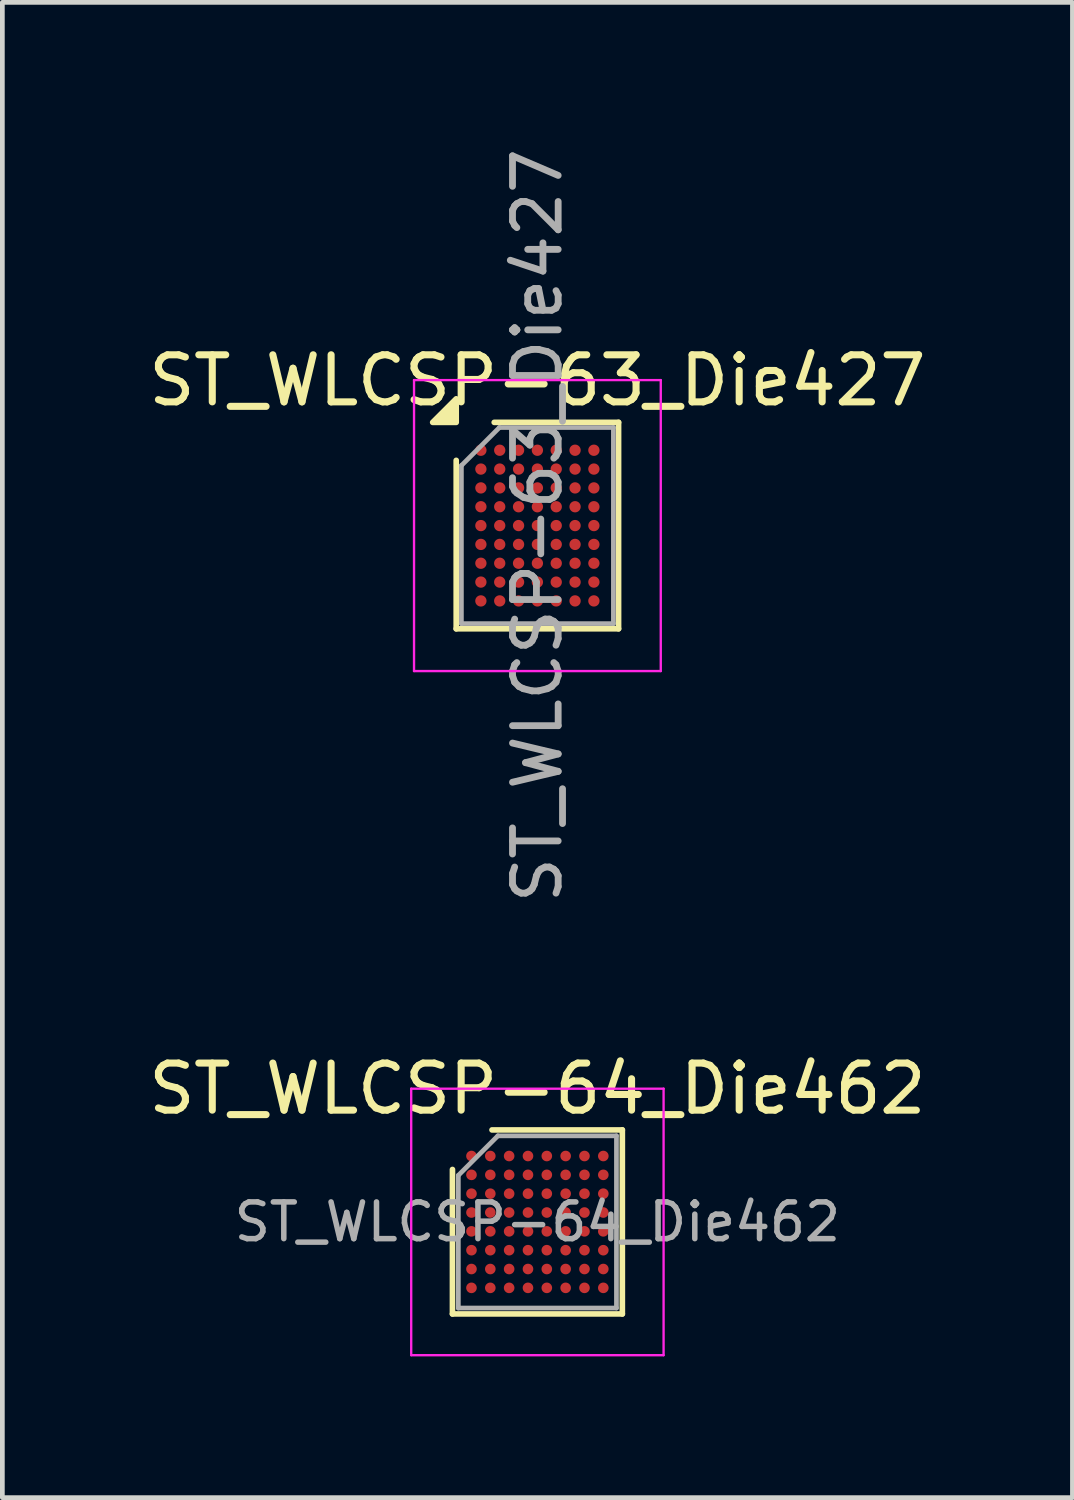
<source format=kicad_pcb>
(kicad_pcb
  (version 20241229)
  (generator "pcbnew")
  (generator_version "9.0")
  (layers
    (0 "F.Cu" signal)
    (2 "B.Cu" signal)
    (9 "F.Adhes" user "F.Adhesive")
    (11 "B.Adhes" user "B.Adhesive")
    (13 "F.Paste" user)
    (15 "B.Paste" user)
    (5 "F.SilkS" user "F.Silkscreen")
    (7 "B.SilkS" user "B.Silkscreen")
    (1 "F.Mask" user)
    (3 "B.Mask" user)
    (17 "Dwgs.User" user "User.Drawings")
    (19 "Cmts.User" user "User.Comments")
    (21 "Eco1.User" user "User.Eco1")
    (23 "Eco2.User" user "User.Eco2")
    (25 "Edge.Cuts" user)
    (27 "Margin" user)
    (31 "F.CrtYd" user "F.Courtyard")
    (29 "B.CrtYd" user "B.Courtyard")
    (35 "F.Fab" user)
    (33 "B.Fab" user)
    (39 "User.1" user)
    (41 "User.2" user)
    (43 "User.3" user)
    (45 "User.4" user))
  (footprint "ST_WLCSP-64_Die462"
    (layer "F.Cu")
    (at 8.363 22.901)
    (property "Reference" "ST_WLCSP-64_Die462" (at 0 -2.829 0) (layer "F.SilkS") (effects (font (size 1 1) (thickness 0.15))))
    (attr smd)
    (fp_line (start -1.804 1.954) (end -1.804 -1.114) (stroke (width 0.12) (type solid)) (layer "F.SilkS"))
    (fp_line (start -0.964 -1.954) (end 1.804 -1.954) (stroke (width 0.12) (type solid)) (layer "F.SilkS"))
    (fp_line (start 1.804 -1.954) (end 1.804 1.954) (stroke (width 0.12) (type solid)) (layer "F.SilkS"))
    (fp_line (start 1.804 1.954) (end -1.804 1.954) (stroke (width 0.12) (type solid)) (layer "F.SilkS"))
    (fp_line (start -2.68 -2.83) (end -2.68 2.83) (stroke (width 0.05) (type solid)) (layer "F.CrtYd"))
    (fp_line (start -2.68 2.83) (end 2.68 2.83) (stroke (width 0.05) (type solid)) (layer "F.CrtYd"))
    (fp_line (start 2.68 -2.83) (end -2.68 -2.83) (stroke (width 0.05) (type solid)) (layer "F.CrtYd"))
    (fp_line (start 2.68 2.83) (end 2.68 -2.83) (stroke (width 0.05) (type solid)) (layer "F.CrtYd"))
    (fp_line (start -1.679 -0.989) (end -0.839 -1.829) (stroke (width 0.1) (type solid)) (layer "F.Fab"))
    (fp_line (start -1.679 1.829) (end -1.679 -0.989) (stroke (width 0.1) (type solid)) (layer "F.Fab"))
    (fp_line (start -0.839 -1.829) (end 1.679 -1.829) (stroke (width 0.1) (type solid)) (layer "F.Fab"))
    (fp_line (start 1.679 -1.829) (end 1.679 1.829) (stroke (width 0.1) (type solid)) (layer "F.Fab"))
    (fp_line (start 1.679 1.829) (end -1.679 1.829) (stroke (width 0.1) (type solid)) (layer "F.Fab"))
    (fp_text user "${REFERENCE}" (at 0 0 0) (layer "F.Fab") (effects (font (size 0.78 0.78) (thickness 0.117))))
    (pad "A1" smd circle (at -1.4 -1.4) (size 0.225 0.225) (layers "F.Cu" "F.Mask" "F.Paste"))
    (pad "A2" smd circle (at -1 -1.4) (size 0.225 0.225) (layers "F.Cu" "F.Mask" "F.Paste"))
    (pad "A3" smd circle (at -0.6 -1.4) (size 0.225 0.225) (layers "F.Cu" "F.Mask" "F.Paste"))
    (pad "A4" smd circle (at -0.2 -1.4) (size 0.225 0.225) (layers "F.Cu" "F.Mask" "F.Paste"))
    (pad "A5" smd circle (at 0.2 -1.4) (size 0.225 0.225) (layers "F.Cu" "F.Mask" "F.Paste"))
    (pad "A6" smd circle (at 0.6 -1.4) (size 0.225 0.225) (layers "F.Cu" "F.Mask" "F.Paste"))
    (pad "A7" smd circle (at 1 -1.4) (size 0.225 0.225) (layers "F.Cu" "F.Mask" "F.Paste"))
    (pad "A8" smd circle (at 1.4 -1.4) (size 0.225 0.225) (layers "F.Cu" "F.Mask" "F.Paste"))
    (pad "B1" smd circle (at -1.4 -1) (size 0.225 0.225) (layers "F.Cu" "F.Mask" "F.Paste"))
    (pad "B2" smd circle (at -1 -1) (size 0.225 0.225) (layers "F.Cu" "F.Mask" "F.Paste"))
    (pad "B3" smd circle (at -0.6 -1) (size 0.225 0.225) (layers "F.Cu" "F.Mask" "F.Paste"))
    (pad "B4" smd circle (at -0.2 -1) (size 0.225 0.225) (layers "F.Cu" "F.Mask" "F.Paste"))
    (pad "B5" smd circle (at 0.2 -1) (size 0.225 0.225) (layers "F.Cu" "F.Mask" "F.Paste"))
    (pad "B6" smd circle (at 0.6 -1) (size 0.225 0.225) (layers "F.Cu" "F.Mask" "F.Paste"))
    (pad "B7" smd circle (at 1 -1) (size 0.225 0.225) (layers "F.Cu" "F.Mask" "F.Paste"))
    (pad "B8" smd circle (at 1.4 -1) (size 0.225 0.225) (layers "F.Cu" "F.Mask" "F.Paste"))
    (pad "C1" smd circle (at -1.4 -0.6) (size 0.225 0.225) (layers "F.Cu" "F.Mask" "F.Paste"))
    (pad "C2" smd circle (at -1 -0.6) (size 0.225 0.225) (layers "F.Cu" "F.Mask" "F.Paste"))
    (pad "C3" smd circle (at -0.6 -0.6) (size 0.225 0.225) (layers "F.Cu" "F.Mask" "F.Paste"))
    (pad "C4" smd circle (at -0.2 -0.6) (size 0.225 0.225) (layers "F.Cu" "F.Mask" "F.Paste"))
    (pad "C5" smd circle (at 0.2 -0.6) (size 0.225 0.225) (layers "F.Cu" "F.Mask" "F.Paste"))
    (pad "C6" smd circle (at 0.6 -0.6) (size 0.225 0.225) (layers "F.Cu" "F.Mask" "F.Paste"))
    (pad "C7" smd circle (at 1 -0.6) (size 0.225 0.225) (layers "F.Cu" "F.Mask" "F.Paste"))
    (pad "C8" smd circle (at 1.4 -0.6) (size 0.225 0.225) (layers "F.Cu" "F.Mask" "F.Paste"))
    (pad "D1" smd circle (at -1.4 -0.2) (size 0.225 0.225) (layers "F.Cu" "F.Mask" "F.Paste"))
    (pad "D2" smd circle (at -1 -0.2) (size 0.225 0.225) (layers "F.Cu" "F.Mask" "F.Paste"))
    (pad "D3" smd circle (at -0.6 -0.2) (size 0.225 0.225) (layers "F.Cu" "F.Mask" "F.Paste"))
    (pad "D4" smd circle (at -0.2 -0.2) (size 0.225 0.225) (layers "F.Cu" "F.Mask" "F.Paste"))
    (pad "D5" smd circle (at 0.2 -0.2) (size 0.225 0.225) (layers "F.Cu" "F.Mask" "F.Paste"))
    (pad "D6" smd circle (at 0.6 -0.2) (size 0.225 0.225) (layers "F.Cu" "F.Mask" "F.Paste"))
    (pad "D7" smd circle (at 1 -0.2) (size 0.225 0.225) (layers "F.Cu" "F.Mask" "F.Paste"))
    (pad "D8" smd circle (at 1.4 -0.2) (size 0.225 0.225) (layers "F.Cu" "F.Mask" "F.Paste"))
    (pad "E1" smd circle (at -1.4 0.2) (size 0.225 0.225) (layers "F.Cu" "F.Mask" "F.Paste"))
    (pad "E2" smd circle (at -1 0.2) (size 0.225 0.225) (layers "F.Cu" "F.Mask" "F.Paste"))
    (pad "E3" smd circle (at -0.6 0.2) (size 0.225 0.225) (layers "F.Cu" "F.Mask" "F.Paste"))
    (pad "E4" smd circle (at -0.2 0.2) (size 0.225 0.225) (layers "F.Cu" "F.Mask" "F.Paste"))
    (pad "E5" smd circle (at 0.2 0.2) (size 0.225 0.225) (layers "F.Cu" "F.Mask" "F.Paste"))
    (pad "E6" smd circle (at 0.6 0.2) (size 0.225 0.225) (layers "F.Cu" "F.Mask" "F.Paste"))
    (pad "E7" smd circle (at 1 0.2) (size 0.225 0.225) (layers "F.Cu" "F.Mask" "F.Paste"))
    (pad "E8" smd circle (at 1.4 0.2) (size 0.225 0.225) (layers "F.Cu" "F.Mask" "F.Paste"))
    (pad "F1" smd circle (at -1.4 0.6) (size 0.225 0.225) (layers "F.Cu" "F.Mask" "F.Paste"))
    (pad "F2" smd circle (at -1 0.6) (size 0.225 0.225) (layers "F.Cu" "F.Mask" "F.Paste"))
    (pad "F3" smd circle (at -0.6 0.6) (size 0.225 0.225) (layers "F.Cu" "F.Mask" "F.Paste"))
    (pad "F4" smd circle (at -0.2 0.6) (size 0.225 0.225) (layers "F.Cu" "F.Mask" "F.Paste"))
    (pad "F5" smd circle (at 0.2 0.6) (size 0.225 0.225) (layers "F.Cu" "F.Mask" "F.Paste"))
    (pad "F6" smd circle (at 0.6 0.6) (size 0.225 0.225) (layers "F.Cu" "F.Mask" "F.Paste"))
    (pad "F7" smd circle (at 1 0.6) (size 0.225 0.225) (layers "F.Cu" "F.Mask" "F.Paste"))
    (pad "F8" smd circle (at 1.4 0.6) (size 0.225 0.225) (layers "F.Cu" "F.Mask" "F.Paste"))
    (pad "G1" smd circle (at -1.4 1) (size 0.225 0.225) (layers "F.Cu" "F.Mask" "F.Paste"))
    (pad "G2" smd circle (at -1 1) (size 0.225 0.225) (layers "F.Cu" "F.Mask" "F.Paste"))
    (pad "G3" smd circle (at -0.6 1) (size 0.225 0.225) (layers "F.Cu" "F.Mask" "F.Paste"))
    (pad "G4" smd circle (at -0.2 1) (size 0.225 0.225) (layers "F.Cu" "F.Mask" "F.Paste"))
    (pad "G5" smd circle (at 0.2 1) (size 0.225 0.225) (layers "F.Cu" "F.Mask" "F.Paste"))
    (pad "G6" smd circle (at 0.6 1) (size 0.225 0.225) (layers "F.Cu" "F.Mask" "F.Paste"))
    (pad "G7" smd circle (at 1 1) (size 0.225 0.225) (layers "F.Cu" "F.Mask" "F.Paste"))
    (pad "G8" smd circle (at 1.4 1) (size 0.225 0.225) (layers "F.Cu" "F.Mask" "F.Paste"))
    (pad "H1" smd circle (at -1.4 1.4) (size 0.225 0.225) (layers "F.Cu" "F.Mask" "F.Paste"))
    (pad "H2" smd circle (at -1 1.4) (size 0.225 0.225) (layers "F.Cu" "F.Mask" "F.Paste"))
    (pad "H3" smd circle (at -0.6 1.4) (size 0.225 0.225) (layers "F.Cu" "F.Mask" "F.Paste"))
    (pad "H4" smd circle (at -0.2 1.4) (size 0.225 0.225) (layers "F.Cu" "F.Mask" "F.Paste"))
    (pad "H5" smd circle (at 0.2 1.4) (size 0.225 0.225) (layers "F.Cu" "F.Mask" "F.Paste"))
    (pad "H6" smd circle (at 0.6 1.4) (size 0.225 0.225) (layers "F.Cu" "F.Mask" "F.Paste"))
    (pad "H7" smd circle (at 1 1.4) (size 0.225 0.225) (layers "F.Cu" "F.Mask" "F.Paste"))
    (pad "H8" smd circle (at 1.4 1.4) (size 0.225 0.225) (layers "F.Cu" "F.Mask" "F.Paste")))
  (footprint "ST_WLCSP-63_Die427"
    (layer "F.Cu")
    (at 8.363 8.112)
    (property "Reference" "ST_WLCSP-63_Die427" (at 0 -3.082 0) (layer "F.SilkS") (effects (font (size 1 1) (thickness 0.15))))
    (attr smd)
    (fp_line (start -1.724 2.192) (end -1.724 -1.385) (stroke (width 0.12) (type solid)) (layer "F.SilkS"))
    (fp_line (start -0.917 -2.192) (end 1.724 -2.192) (stroke (width 0.12) (type solid)) (layer "F.SilkS"))
    (fp_line (start 1.724 -2.192) (end 1.724 2.192) (stroke (width 0.12) (type solid)) (layer "F.SilkS"))
    (fp_line (start 1.724 2.192) (end -1.724 2.192) (stroke (width 0.12) (type solid)) (layer "F.SilkS"))
    (fp_poly (pts (xy -1.724 -2.192) (xy -2.224 -2.192) (xy -1.724 -2.692) (xy -1.724 -2.192)) (stroke (width 0.12) (type solid)) (fill yes) (layer "F.SilkS"))
    (fp_line (start -2.62 -3.09) (end -2.62 3.09) (stroke (width 0.05) (type solid)) (layer "F.CrtYd"))
    (fp_line (start -2.62 3.09) (end 2.62 3.09) (stroke (width 0.05) (type solid)) (layer "F.CrtYd"))
    (fp_line (start 2.62 -3.09) (end -2.62 -3.09) (stroke (width 0.05) (type solid)) (layer "F.CrtYd"))
    (fp_line (start 2.62 3.09) (end 2.62 -3.09) (stroke (width 0.05) (type solid)) (layer "F.CrtYd"))
    (fp_line (start -1.614 -1.275) (end -0.807 -2.082) (stroke (width 0.1) (type solid)) (layer "F.Fab"))
    (fp_line (start -1.614 2.082) (end -1.614 -1.275) (stroke (width 0.1) (type solid)) (layer "F.Fab"))
    (fp_line (start -0.807 -2.082) (end 1.614 -2.082) (stroke (width 0.1) (type solid)) (layer "F.Fab"))
    (fp_line (start 1.614 -2.082) (end 1.614 2.082) (stroke (width 0.1) (type solid)) (layer "F.Fab"))
    (fp_line (start 1.614 2.082) (end -1.614 2.082) (stroke (width 0.1) (type solid)) (layer "F.Fab"))
    (fp_text user "${REFERENCE}" (at 0 0 270) (layer "F.Fab") (effects (font (size 0.97 0.97) (thickness 0.145))))
    (pad "A1" smd circle (at -1.2 -1.6) (size 0.24 0.24) (property pad_prop_bga) (layers "F.Cu" "F.Mask" "F.Paste"))
    (pad "A2" smd circle (at -0.8 -1.6) (size 0.24 0.24) (property pad_prop_bga) (layers "F.Cu" "F.Mask" "F.Paste"))
    (pad "A3" smd circle (at -0.4 -1.6) (size 0.24 0.24) (property pad_prop_bga) (layers "F.Cu" "F.Mask" "F.Paste"))
    (pad "A4" smd circle (at 0 -1.6) (size 0.24 0.24) (property pad_prop_bga) (layers "F.Cu" "F.Mask" "F.Paste"))
    (pad "A5" smd circle (at 0.4 -1.6) (size 0.24 0.24) (property pad_prop_bga) (layers "F.Cu" "F.Mask" "F.Paste"))
    (pad "A6" smd circle (at 0.8 -1.6) (size 0.24 0.24) (property pad_prop_bga) (layers "F.Cu" "F.Mask" "F.Paste"))
    (pad "A7" smd circle (at 1.2 -1.6) (size 0.24 0.24) (property pad_prop_bga) (layers "F.Cu" "F.Mask" "F.Paste"))
    (pad "B1" smd circle (at -1.2 -1.2) (size 0.24 0.24) (property pad_prop_bga) (layers "F.Cu" "F.Mask" "F.Paste"))
    (pad "B2" smd circle (at -0.8 -1.2) (size 0.24 0.24) (property pad_prop_bga) (layers "F.Cu" "F.Mask" "F.Paste"))
    (pad "B3" smd circle (at -0.4 -1.2) (size 0.24 0.24) (property pad_prop_bga) (layers "F.Cu" "F.Mask" "F.Paste"))
    (pad "B4" smd circle (at 0 -1.2) (size 0.24 0.24) (property pad_prop_bga) (layers "F.Cu" "F.Mask" "F.Paste"))
    (pad "B5" smd circle (at 0.4 -1.2) (size 0.24 0.24) (property pad_prop_bga) (layers "F.Cu" "F.Mask" "F.Paste"))
    (pad "B6" smd circle (at 0.8 -1.2) (size 0.24 0.24) (property pad_prop_bga) (layers "F.Cu" "F.Mask" "F.Paste"))
    (pad "B7" smd circle (at 1.2 -1.2) (size 0.24 0.24) (property pad_prop_bga) (layers "F.Cu" "F.Mask" "F.Paste"))
    (pad "C1" smd circle (at -1.2 -0.8) (size 0.24 0.24) (property pad_prop_bga) (layers "F.Cu" "F.Mask" "F.Paste"))
    (pad "C2" smd circle (at -0.8 -0.8) (size 0.24 0.24) (property pad_prop_bga) (layers "F.Cu" "F.Mask" "F.Paste"))
    (pad "C3" smd circle (at -0.4 -0.8) (size 0.24 0.24) (property pad_prop_bga) (layers "F.Cu" "F.Mask" "F.Paste"))
    (pad "C4" smd circle (at 0 -0.8) (size 0.24 0.24) (property pad_prop_bga) (layers "F.Cu" "F.Mask" "F.Paste"))
    (pad "C5" smd circle (at 0.4 -0.8) (size 0.24 0.24) (property pad_prop_bga) (layers "F.Cu" "F.Mask" "F.Paste"))
    (pad "C6" smd circle (at 0.8 -0.8) (size 0.24 0.24) (property pad_prop_bga) (layers "F.Cu" "F.Mask" "F.Paste"))
    (pad "C7" smd circle (at 1.2 -0.8) (size 0.24 0.24) (property pad_prop_bga) (layers "F.Cu" "F.Mask" "F.Paste"))
    (pad "D1" smd circle (at -1.2 -0.4) (size 0.24 0.24) (property pad_prop_bga) (layers "F.Cu" "F.Mask" "F.Paste"))
    (pad "D2" smd circle (at -0.8 -0.4) (size 0.24 0.24) (property pad_prop_bga) (layers "F.Cu" "F.Mask" "F.Paste"))
    (pad "D3" smd circle (at -0.4 -0.4) (size 0.24 0.24) (property pad_prop_bga) (layers "F.Cu" "F.Mask" "F.Paste"))
    (pad "D4" smd circle (at 0 -0.4) (size 0.24 0.24) (property pad_prop_bga) (layers "F.Cu" "F.Mask" "F.Paste"))
    (pad "D5" smd circle (at 0.4 -0.4) (size 0.24 0.24) (property pad_prop_bga) (layers "F.Cu" "F.Mask" "F.Paste"))
    (pad "D6" smd circle (at 0.8 -0.4) (size 0.24 0.24) (property pad_prop_bga) (layers "F.Cu" "F.Mask" "F.Paste"))
    (pad "D7" smd circle (at 1.2 -0.4) (size 0.24 0.24) (property pad_prop_bga) (layers "F.Cu" "F.Mask" "F.Paste"))
    (pad "E1" smd circle (at -1.2 0) (size 0.24 0.24) (property pad_prop_bga) (layers "F.Cu" "F.Mask" "F.Paste"))
    (pad "E2" smd circle (at -0.8 0) (size 0.24 0.24) (property pad_prop_bga) (layers "F.Cu" "F.Mask" "F.Paste"))
    (pad "E3" smd circle (at -0.4 0) (size 0.24 0.24) (property pad_prop_bga) (layers "F.Cu" "F.Mask" "F.Paste"))
    (pad "E4" smd circle (at 0 0) (size 0.24 0.24) (property pad_prop_bga) (layers "F.Cu" "F.Mask" "F.Paste"))
    (pad "E5" smd circle (at 0.4 0) (size 0.24 0.24) (property pad_prop_bga) (layers "F.Cu" "F.Mask" "F.Paste"))
    (pad "E6" smd circle (at 0.8 0) (size 0.24 0.24) (property pad_prop_bga) (layers "F.Cu" "F.Mask" "F.Paste"))
    (pad "E7" smd circle (at 1.2 0) (size 0.24 0.24) (property pad_prop_bga) (layers "F.Cu" "F.Mask" "F.Paste"))
    (pad "F1" smd circle (at -1.2 0.4) (size 0.24 0.24) (property pad_prop_bga) (layers "F.Cu" "F.Mask" "F.Paste"))
    (pad "F2" smd circle (at -0.8 0.4) (size 0.24 0.24) (property pad_prop_bga) (layers "F.Cu" "F.Mask" "F.Paste"))
    (pad "F3" smd circle (at -0.4 0.4) (size 0.24 0.24) (property pad_prop_bga) (layers "F.Cu" "F.Mask" "F.Paste"))
    (pad "F4" smd circle (at 0 0.4) (size 0.24 0.24) (property pad_prop_bga) (layers "F.Cu" "F.Mask" "F.Paste"))
    (pad "F5" smd circle (at 0.4 0.4) (size 0.24 0.24) (property pad_prop_bga) (layers "F.Cu" "F.Mask" "F.Paste"))
    (pad "F6" smd circle (at 0.8 0.4) (size 0.24 0.24) (property pad_prop_bga) (layers "F.Cu" "F.Mask" "F.Paste"))
    (pad "F7" smd circle (at 1.2 0.4) (size 0.24 0.24) (property pad_prop_bga) (layers "F.Cu" "F.Mask" "F.Paste"))
    (pad "G1" smd circle (at -1.2 0.8) (size 0.24 0.24) (property pad_prop_bga) (layers "F.Cu" "F.Mask" "F.Paste"))
    (pad "G2" smd circle (at -0.8 0.8) (size 0.24 0.24) (property pad_prop_bga) (layers "F.Cu" "F.Mask" "F.Paste"))
    (pad "G3" smd circle (at -0.4 0.8) (size 0.24 0.24) (property pad_prop_bga) (layers "F.Cu" "F.Mask" "F.Paste"))
    (pad "G4" smd circle (at 0 0.8) (size 0.24 0.24) (property pad_prop_bga) (layers "F.Cu" "F.Mask" "F.Paste"))
    (pad "G5" smd circle (at 0.4 0.8) (size 0.24 0.24) (property pad_prop_bga) (layers "F.Cu" "F.Mask" "F.Paste"))
    (pad "G6" smd circle (at 0.8 0.8) (size 0.24 0.24) (property pad_prop_bga) (layers "F.Cu" "F.Mask" "F.Paste"))
    (pad "G7" smd circle (at 1.2 0.8) (size 0.24 0.24) (property pad_prop_bga) (layers "F.Cu" "F.Mask" "F.Paste"))
    (pad "H1" smd circle (at -1.2 1.2) (size 0.24 0.24) (property pad_prop_bga) (layers "F.Cu" "F.Mask" "F.Paste"))
    (pad "H2" smd circle (at -0.8 1.2) (size 0.24 0.24) (property pad_prop_bga) (layers "F.Cu" "F.Mask" "F.Paste"))
    (pad "H3" smd circle (at -0.4 1.2) (size 0.24 0.24) (property pad_prop_bga) (layers "F.Cu" "F.Mask" "F.Paste"))
    (pad "H4" smd circle (at 0 1.2) (size 0.24 0.24) (property pad_prop_bga) (layers "F.Cu" "F.Mask" "F.Paste"))
    (pad "H5" smd circle (at 0.4 1.2) (size 0.24 0.24) (property pad_prop_bga) (layers "F.Cu" "F.Mask" "F.Paste"))
    (pad "H6" smd circle (at 0.8 1.2) (size 0.24 0.24) (property pad_prop_bga) (layers "F.Cu" "F.Mask" "F.Paste"))
    (pad "H7" smd circle (at 1.2 1.2) (size 0.24 0.24) (property pad_prop_bga) (layers "F.Cu" "F.Mask" "F.Paste"))
    (pad "J1" smd circle (at -1.2 1.6) (size 0.24 0.24) (property pad_prop_bga) (layers "F.Cu" "F.Mask" "F.Paste"))
    (pad "J2" smd circle (at -0.8 1.6) (size 0.24 0.24) (property pad_prop_bga) (layers "F.Cu" "F.Mask" "F.Paste"))
    (pad "J3" smd circle (at -0.4 1.6) (size 0.24 0.24) (property pad_prop_bga) (layers "F.Cu" "F.Mask" "F.Paste"))
    (pad "J4" smd circle (at 0 1.6) (size 0.24 0.24) (property pad_prop_bga) (layers "F.Cu" "F.Mask" "F.Paste"))
    (pad "J5" smd circle (at 0.4 1.6) (size 0.24 0.24) (property pad_prop_bga) (layers "F.Cu" "F.Mask" "F.Paste"))
    (pad "J6" smd circle (at 0.8 1.6) (size 0.24 0.24) (property pad_prop_bga) (layers "F.Cu" "F.Mask" "F.Paste"))
    (pad "J7" smd circle (at 1.2 1.6) (size 0.24 0.24) (property pad_prop_bga) (layers "F.Cu" "F.Mask" "F.Paste")))
  (gr_rect
    (start -3 -3)
    (end 19.726 28.756)
    (stroke (width 0.1) (type default))
    (fill no)
    (layer "Edge.Cuts")))
</source>
